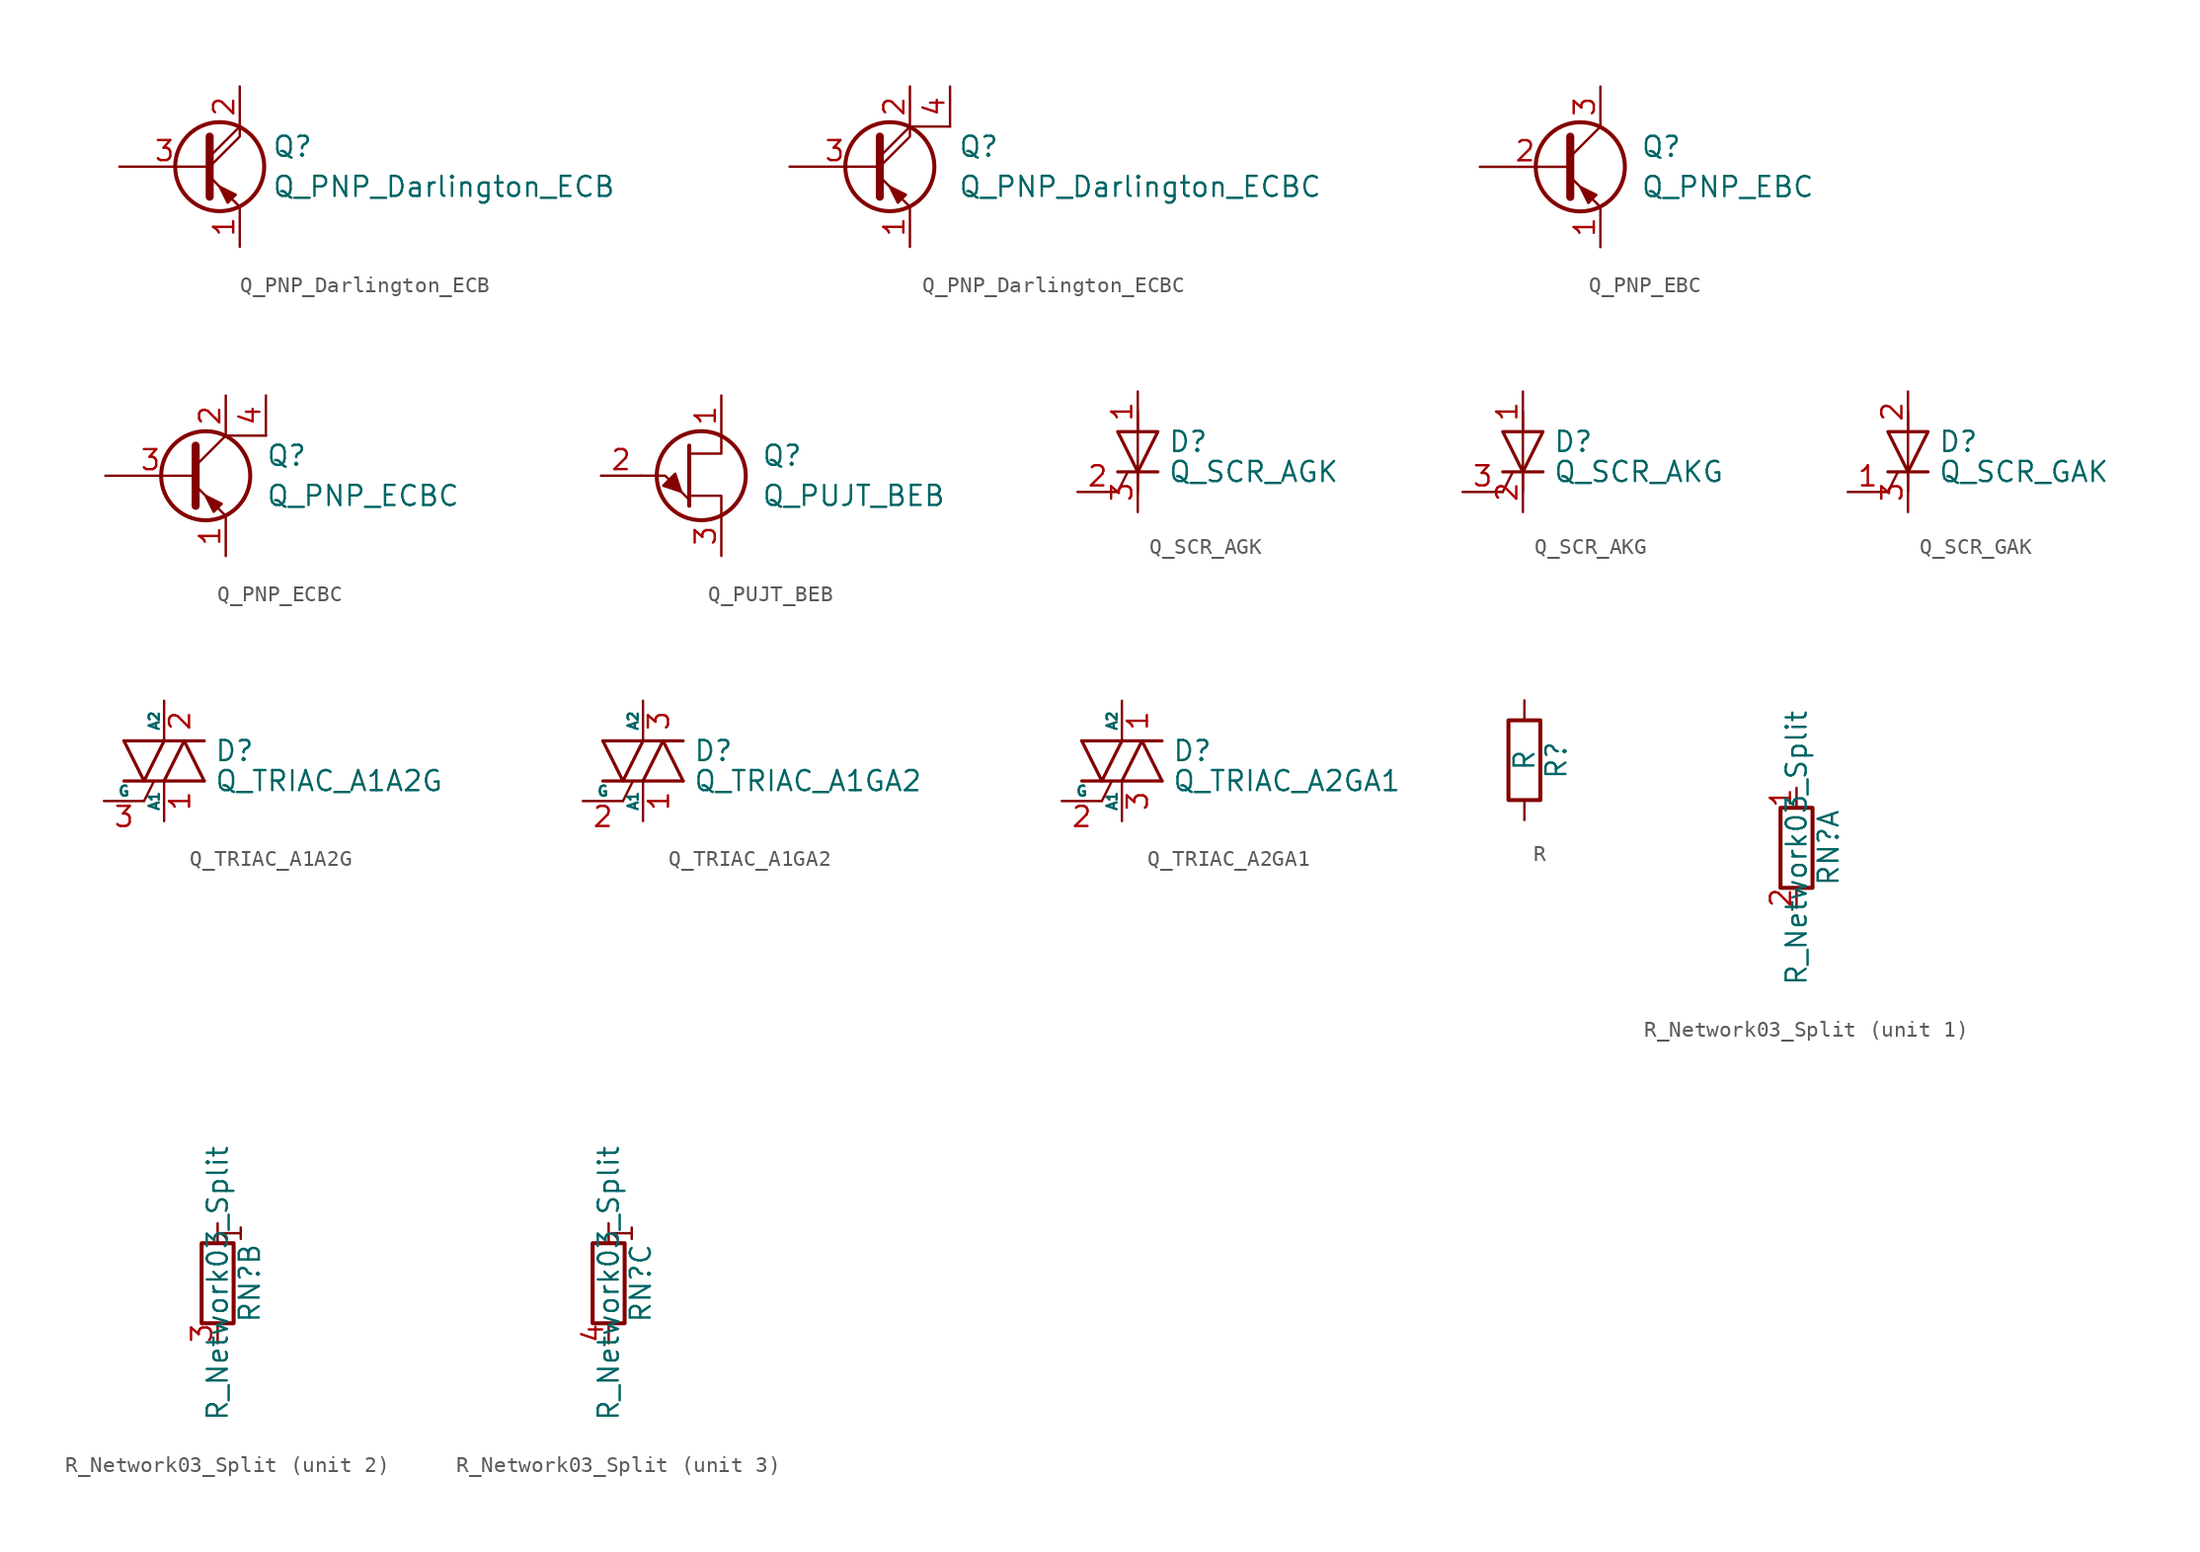
<source format=kicad_sym>
(kicad_symbol_lib
  (version 20211014)
  (generator kicad_symbol_editor)
  (symbol "Q_PNP_Darlington_ECB"
    (pin_names
      (offset 0) hide)
    (property "Reference" "Q"
      (at 4.572 1.27 0)
      (effects (font (size 1.27 1.27)) (justify left)))
    (property "Value" "Q_PNP_Darlington_ECB"
      (at 4.572 -1.27 0)
      (effects (font (size 1.27 1.27)) (justify left)))
    (symbol "Q_PNP_Darlington_ECB_0_1"
      (polyline (pts (xy 0.635 0.635) (xy 2.54 2.54)) (stroke (width 0) (type default) (color 0 0 0 0)) (fill (type none)))
      (polyline (pts (xy 0.635 -0.635) (xy 2.54 -2.54) (xy 2.54 -2.54)) (stroke (width 0) (type default) (color 0 0 0 0)) (fill (type none)))
      (polyline (pts (xy 0.635 0) (xy 2.54 1.905) (xy 2.54 2.54)) (stroke (width 0) (type default) (color 0 0 0 0)) (fill (type none)))
      (polyline (pts (xy 0.635 1.905) (xy 0.635 -1.905) (xy 0.635 -1.905)) (stroke (width 0.508) (type default) (color 0 0 0 0)) (fill (type none)))
      (polyline (pts (xy 2.286 -1.778) (xy 1.778 -2.286) (xy 1.27 -1.27) (xy 2.286 -1.778) (xy 2.286 -1.778)) (stroke (width 0) (type default) (color 0 0 0 0)) (fill (type outline)))
      (circle (center 1.27 0) (radius 2.819) (stroke (width 0.254) (type default) (color 0 0 0 0)) (fill (type none))))
    (symbol "Q_PNP_Darlington_ECB_1_1"
      (pin passive line (at 2.54 -5.08 90) (length 2.54) (name "E" (effects (font (size 1.27 1.27)))) (number "1" (effects (font (size 1.27 1.27)))))
      (pin passive line (at 2.54 5.08 270) (length 2.54) (name "C" (effects (font (size 1.27 1.27)))) (number "2" (effects (font (size 1.27 1.27)))))
      (pin input line (at -5.08 0 0) (length 5.715) (name "B" (effects (font (size 1.27 1.27)))) (number "3" (effects (font (size 1.27 1.27)))))))
  (symbol "Q_PNP_Darlington_ECBC"
    (pin_names
      (offset 0) hide)
    (property "Reference" "Q"
      (at 5.588 1.27 0)
      (effects (font (size 1.27 1.27)) (justify left)))
    (property "Value" "Q_PNP_Darlington_ECBC"
      (at 5.588 -1.27 0)
      (effects (font (size 1.27 1.27)) (justify left)))
    (symbol "Q_PNP_Darlington_ECBC_0_1"
      (polyline (pts (xy 0.635 0.635) (xy 2.54 2.54)) (stroke (width 0) (type default) (color 0 0 0 0)) (fill (type none)))
      (polyline (pts (xy 5.08 2.54) (xy 2.54 2.54)) (stroke (width 0) (type default) (color 0 0 0 0)) (fill (type none)))
      (polyline (pts (xy 0.635 -0.635) (xy 2.54 -2.54) (xy 2.54 -2.54)) (stroke (width 0) (type default) (color 0 0 0 0)) (fill (type none)))
      (polyline (pts (xy 0.635 0) (xy 2.54 1.905) (xy 2.54 2.54)) (stroke (width 0) (type default) (color 0 0 0 0)) (fill (type none)))
      (polyline (pts (xy 0.635 1.905) (xy 0.635 -1.905) (xy 0.635 -1.905)) (stroke (width 0.508) (type default) (color 0 0 0 0)) (fill (type none)))
      (polyline (pts (xy 2.286 -1.778) (xy 1.778 -2.286) (xy 1.27 -1.27) (xy 2.286 -1.778) (xy 2.286 -1.778)) (stroke (width 0) (type default) (color 0 0 0 0)) (fill (type outline)))
      (circle (center 1.27 0) (radius 2.819) (stroke (width 0.254) (type default) (color 0 0 0 0)) (fill (type none))))
    (symbol "Q_PNP_Darlington_ECBC_1_1"
      (pin passive line (at 2.54 -5.08 90) (length 2.54) (name "E" (effects (font (size 1.27 1.27)))) (number "1" (effects (font (size 1.27 1.27)))))
      (pin passive line (at 2.54 5.08 270) (length 2.54) (name "C" (effects (font (size 1.27 1.27)))) (number "2" (effects (font (size 1.27 1.27)))))
      (pin input line (at -5.08 0 0) (length 5.715) (name "B" (effects (font (size 1.27 1.27)))) (number "3" (effects (font (size 1.27 1.27)))))
      (pin passive line (at 5.08 5.08 270) (length 2.54) (name "C" (effects (font (size 1.27 1.27)))) (number "4" (effects (font (size 1.27 1.27)))))))
  (symbol "Q_PNP_EBC"
    (pin_names
      (offset 0) hide)
    (property "Reference" "Q"
      (at 5.08 1.27 0)
      (effects (font (size 1.27 1.27)) (justify left)))
    (property "Value" "Q_PNP_EBC"
      (at 5.08 -1.27 0)
      (effects (font (size 1.27 1.27)) (justify left)))
    (symbol "Q_PNP_EBC_0_1"
      (polyline (pts (xy 0.635 0.635) (xy 2.54 2.54)) (stroke (width 0) (type default) (color 0 0 0 0)) (fill (type none)))
      (polyline (pts (xy 0.635 -0.635) (xy 2.54 -2.54) (xy 2.54 -2.54)) (stroke (width 0) (type default) (color 0 0 0 0)) (fill (type none)))
      (polyline (pts (xy 0.635 1.905) (xy 0.635 -1.905) (xy 0.635 -1.905)) (stroke (width 0.508) (type default) (color 0 0 0 0)) (fill (type none)))
      (polyline (pts (xy 2.286 -1.778) (xy 1.778 -2.286) (xy 1.27 -1.27) (xy 2.286 -1.778) (xy 2.286 -1.778)) (stroke (width 0) (type default) (color 0 0 0 0)) (fill (type outline)))
      (circle (center 1.27 0) (radius 2.819) (stroke (width 0.254) (type default) (color 0 0 0 0)) (fill (type none))))
    (symbol "Q_PNP_EBC_1_1"
      (pin passive line (at 2.54 -5.08 90) (length 2.54) (name "E" (effects (font (size 1.27 1.27)))) (number "1" (effects (font (size 1.27 1.27)))))
      (pin input line (at -5.08 0 0) (length 5.715) (name "B" (effects (font (size 1.27 1.27)))) (number "2" (effects (font (size 1.27 1.27)))))
      (pin passive line (at 2.54 5.08 270) (length 2.54) (name "C" (effects (font (size 1.27 1.27)))) (number "3" (effects (font (size 1.27 1.27)))))))
  (symbol "Q_PNP_ECBC"
    (pin_names
      (offset 0) hide)
    (property "Reference" "Q"
      (at 5.08 1.27 0)
      (effects (font (size 1.27 1.27)) (justify left)))
    (property "Value" "Q_PNP_ECBC"
      (at 5.08 -1.27 0)
      (effects (font (size 1.27 1.27)) (justify left)))
    (symbol "Q_PNP_ECBC_0_1"
      (polyline (pts (xy 0.635 0.635) (xy 2.54 2.54)) (stroke (width 0) (type default) (color 0 0 0 0)) (fill (type none)))
      (polyline (pts (xy 5.08 2.54) (xy 2.54 2.54)) (stroke (width 0) (type default) (color 0 0 0 0)) (fill (type none)))
      (polyline (pts (xy 0.635 -0.635) (xy 2.54 -2.54) (xy 2.54 -2.54)) (stroke (width 0) (type default) (color 0 0 0 0)) (fill (type none)))
      (polyline (pts (xy 0.635 1.905) (xy 0.635 -1.905) (xy 0.635 -1.905)) (stroke (width 0.508) (type default) (color 0 0 0 0)) (fill (type none)))
      (polyline (pts (xy 2.286 -1.778) (xy 1.778 -2.286) (xy 1.27 -1.27) (xy 2.286 -1.778) (xy 2.286 -1.778)) (stroke (width 0) (type default) (color 0 0 0 0)) (fill (type outline)))
      (circle (center 1.27 0) (radius 2.819) (stroke (width 0.254) (type default) (color 0 0 0 0)) (fill (type none))))
    (symbol "Q_PNP_ECBC_1_1"
      (pin passive line (at 2.54 -5.08 90) (length 2.54) (name "E" (effects (font (size 1.27 1.27)))) (number "1" (effects (font (size 1.27 1.27)))))
      (pin passive line (at 2.54 5.08 270) (length 2.54) (name "C" (effects (font (size 1.27 1.27)))) (number "2" (effects (font (size 1.27 1.27)))))
      (pin input line (at -5.08 0 0) (length 5.715) (name "B" (effects (font (size 1.27 1.27)))) (number "3" (effects (font (size 1.27 1.27)))))
      (pin passive line (at 5.08 5.08 270) (length 2.54) (name "C" (effects (font (size 1.27 1.27)))) (number "4" (effects (font (size 1.27 1.27)))))))
  (symbol "Q_PUJT_BEB"
    (pin_names
      (offset 0) hide)
    (property "Reference" "Q"
      (at 5.08 1.27 0)
      (effects (font (size 1.27 1.27)) (justify left)))
    (property "Value" "Q_PUJT_BEB"
      (at 5.08 -1.27 0)
      (effects (font (size 1.27 1.27)) (justify left)))
    (symbol "Q_PUJT_BEB_0_1"
      (polyline (pts (xy -2.54 0) (xy -1.016 0) (xy 0.508 -1.524)) (stroke (width 0) (type default) (color 0 0 0 0)) (fill (type none)))
      (polyline (pts (xy 0.508 1.905) (xy 0.508 -1.905) (xy 0.508 -1.905)) (stroke (width 0.254) (type default) (color 0 0 0 0)) (fill (type none)))
      (polyline (pts (xy 2.54 -2.54) (xy 2.54 -1.27) (xy 0.508 -1.27)) (stroke (width 0) (type default) (color 0 0 0 0)) (fill (type none)))
      (polyline (pts (xy 2.54 2.54) (xy 2.54 1.397) (xy 0.508 1.397)) (stroke (width 0) (type default) (color 0 0 0 0)) (fill (type none)))
      (polyline (pts (xy 0 -1.016) (xy -0.381 0.127) (xy -1.143 -0.635) (xy 0 -1.016)) (stroke (width 0) (type default) (color 0 0 0 0)) (fill (type outline)))
      (circle (center 1.27 0) (radius 2.819) (stroke (width 0.254) (type default) (color 0 0 0 0)) (fill (type none))))
    (symbol "Q_PUJT_BEB_1_1"
      (pin passive line (at 2.54 5.08 270) (length 2.54) (name "B2" (effects (font (size 1.27 1.27)))) (number "1" (effects (font (size 1.27 1.27)))))
      (pin input line (at -5.08 0 0) (length 2.54) (name "E" (effects (font (size 1.27 1.27)))) (number "2" (effects (font (size 1.27 1.27)))))
      (pin passive line (at 2.54 -5.08 90) (length 2.54) (name "B1" (effects (font (size 1.27 1.27)))) (number "3" (effects (font (size 1.27 1.27)))))))
  (symbol "Q_SCR_AGK"
    (pin_names
      (offset 0) hide)
    (property "Reference" "D"
      (at 1.905 0.635 0)
      (effects (font (size 1.27 1.27)) (justify left)))
    (property "Value" "Q_SCR_AGK"
      (at 1.905 -1.27 0)
      (effects (font (size 1.27 1.27)) (justify left)))
    (symbol "Q_SCR_AGK_0_1"
      (polyline (pts (xy -1.27 -2.54) (xy -0.635 -1.27)) (stroke (width 0) (type default) (color 0 0 0 0)) (fill (type none)))
      (polyline (pts (xy -1.27 -1.27) (xy 1.27 -1.27)) (stroke (width 0.203) (type default) (color 0 0 0 0)) (fill (type none)))
      (polyline (pts (xy 0 -2.54) (xy 0 2.54)) (stroke (width 0) (type default) (color 0 0 0 0)) (fill (type none)))
      (polyline (pts (xy -1.27 1.27) (xy 1.27 1.27) (xy 0 -1.27) (xy -1.27 1.27)) (stroke (width 0.203) (type default) (color 0 0 0 0)) (fill (type none))))
    (symbol "Q_SCR_AGK_1_1"
      (pin passive line (at 0 3.81 270) (length 2.54) (name "A" (effects (font (size 1.27 1.27)))) (number "1" (effects (font (size 1.27 1.27)))))
      (pin input line (at -3.81 -2.54 0) (length 2.54) (name "G" (effects (font (size 1.27 1.27)))) (number "2" (effects (font (size 1.27 1.27)))))
      (pin passive line (at 0 -3.81 90) (length 2.54) (name "K" (effects (font (size 1.27 1.27)))) (number "3" (effects (font (size 1.27 1.27)))))))
  (symbol "Q_SCR_AKG"
    (pin_names
      (offset 0) hide)
    (property "Reference" "D"
      (at 1.905 0.635 0)
      (effects (font (size 1.27 1.27)) (justify left)))
    (property "Value" "Q_SCR_AKG"
      (at 1.905 -1.27 0)
      (effects (font (size 1.27 1.27)) (justify left)))
    (symbol "Q_SCR_AKG_0_1"
      (polyline (pts (xy -1.27 -2.54) (xy -0.635 -1.27)) (stroke (width 0) (type default) (color 0 0 0 0)) (fill (type none)))
      (polyline (pts (xy -1.27 -1.27) (xy 1.27 -1.27)) (stroke (width 0.203) (type default) (color 0 0 0 0)) (fill (type none)))
      (polyline (pts (xy 0 -2.54) (xy 0 2.54)) (stroke (width 0) (type default) (color 0 0 0 0)) (fill (type none)))
      (polyline (pts (xy -1.27 1.27) (xy 1.27 1.27) (xy 0 -1.27) (xy -1.27 1.27)) (stroke (width 0.203) (type default) (color 0 0 0 0)) (fill (type none))))
    (symbol "Q_SCR_AKG_1_1"
      (pin passive line (at 0 3.81 270) (length 2.54) (name "A" (effects (font (size 1.27 1.27)))) (number "1" (effects (font (size 1.27 1.27)))))
      (pin passive line (at 0 -3.81 90) (length 2.54) (name "K" (effects (font (size 1.27 1.27)))) (number "2" (effects (font (size 1.27 1.27)))))
      (pin input line (at -3.81 -2.54 0) (length 2.54) (name "G" (effects (font (size 1.27 1.27)))) (number "3" (effects (font (size 1.27 1.27)))))))
  (symbol "Q_SCR_GAK"
    (pin_names
      (offset 0) hide)
    (property "Reference" "D"
      (at 1.905 0.635 0)
      (effects (font (size 1.27 1.27)) (justify left)))
    (property "Value" "Q_SCR_GAK"
      (at 1.905 -1.27 0)
      (effects (font (size 1.27 1.27)) (justify left)))
    (symbol "Q_SCR_GAK_0_1"
      (polyline (pts (xy -1.27 -2.54) (xy -0.635 -1.27)) (stroke (width 0) (type default) (color 0 0 0 0)) (fill (type none)))
      (polyline (pts (xy -1.27 -1.27) (xy 1.27 -1.27)) (stroke (width 0.203) (type default) (color 0 0 0 0)) (fill (type none)))
      (polyline (pts (xy 0 -2.54) (xy 0 2.54)) (stroke (width 0) (type default) (color 0 0 0 0)) (fill (type none)))
      (polyline (pts (xy -1.27 1.27) (xy 1.27 1.27) (xy 0 -1.27) (xy -1.27 1.27)) (stroke (width 0.203) (type default) (color 0 0 0 0)) (fill (type none))))
    (symbol "Q_SCR_GAK_1_1"
      (pin input line (at -3.81 -2.54 0) (length 2.54) (name "G" (effects (font (size 1.27 1.27)))) (number "1" (effects (font (size 1.27 1.27)))))
      (pin passive line (at 0 3.81 270) (length 2.54) (name "A" (effects (font (size 1.27 1.27)))) (number "2" (effects (font (size 1.27 1.27)))))
      (pin passive line (at 0 -3.81 90) (length 2.54) (name "K" (effects (font (size 1.27 1.27)))) (number "3" (effects (font (size 1.27 1.27)))))))
  (symbol "Q_TRIAC_A1A2G"
    (pin_names
      (offset 0))
    (property "Reference" "D"
      (at 3.175 0.635 0)
      (effects (font (size 1.27 1.27)) (justify left)))
    (property "Value" "Q_TRIAC_A1A2G"
      (at 3.175 -1.27 0)
      (effects (font (size 1.27 1.27)) (justify left)))
    (symbol "Q_TRIAC_A1A2G_0_1"
      (polyline (pts (xy -2.54 -1.27) (xy 2.54 -1.27)) (stroke (width 0.203) (type default) (color 0 0 0 0)) (fill (type none)))
      (polyline (pts (xy -2.54 1.27) (xy 2.54 1.27)) (stroke (width 0.203) (type default) (color 0 0 0 0)) (fill (type none)))
      (polyline (pts (xy -1.27 -2.54) (xy -0.635 -1.27)) (stroke (width 0) (type default) (color 0 0 0 0)) (fill (type none)))
      (polyline (pts (xy -2.54 1.27) (xy -1.27 -1.27) (xy 0 1.27)) (stroke (width 0.203) (type default) (color 0 0 0 0)) (fill (type none)))
      (polyline (pts (xy 0 -1.27) (xy 1.27 1.27) (xy 2.54 -1.27)) (stroke (width 0.203) (type default) (color 0 0 0 0)) (fill (type none))))
    (symbol "Q_TRIAC_A1A2G_1_1"
      (pin passive line (at 0 -3.81 90) (length 2.54) (name "A1" (effects (font (size 0.635 0.635)))) (number "1" (effects (font (size 1.27 1.27)))))
      (pin passive line (at 0 3.81 270) (length 2.54) (name "A2" (effects (font (size 0.635 0.635)))) (number "2" (effects (font (size 1.27 1.27)))))
      (pin input line (at -3.81 -2.54 0) (length 2.54) (name "G" (effects (font (size 0.635 0.635)))) (number "3" (effects (font (size 1.27 1.27)))))))
  (symbol "Q_TRIAC_A1GA2"
    (pin_names
      (offset 0))
    (property "Reference" "D"
      (at 3.175 0.635 0)
      (effects (font (size 1.27 1.27)) (justify left)))
    (property "Value" "Q_TRIAC_A1GA2"
      (at 3.175 -1.27 0)
      (effects (font (size 1.27 1.27)) (justify left)))
    (symbol "Q_TRIAC_A1GA2_0_1"
      (polyline (pts (xy -2.54 -1.27) (xy 2.54 -1.27)) (stroke (width 0.203) (type default) (color 0 0 0 0)) (fill (type none)))
      (polyline (pts (xy -2.54 1.27) (xy 2.54 1.27)) (stroke (width 0.203) (type default) (color 0 0 0 0)) (fill (type none)))
      (polyline (pts (xy -1.27 -2.54) (xy -0.635 -1.27)) (stroke (width 0) (type default) (color 0 0 0 0)) (fill (type none)))
      (polyline (pts (xy -2.54 1.27) (xy -1.27 -1.27) (xy 0 1.27)) (stroke (width 0.203) (type default) (color 0 0 0 0)) (fill (type none)))
      (polyline (pts (xy 0 -1.27) (xy 1.27 1.27) (xy 2.54 -1.27)) (stroke (width 0.203) (type default) (color 0 0 0 0)) (fill (type none))))
    (symbol "Q_TRIAC_A1GA2_1_1"
      (pin passive line (at 0 -3.81 90) (length 2.54) (name "A1" (effects (font (size 0.635 0.635)))) (number "1" (effects (font (size 1.27 1.27)))))
      (pin input line (at -3.81 -2.54 0) (length 2.54) (name "G" (effects (font (size 0.635 0.635)))) (number "2" (effects (font (size 1.27 1.27)))))
      (pin passive line (at 0 3.81 270) (length 2.54) (name "A2" (effects (font (size 0.635 0.635)))) (number "3" (effects (font (size 1.27 1.27)))))))
  (symbol "Q_TRIAC_A2GA1"
    (pin_names
      (offset 0))
    (property "Reference" "D"
      (at 3.175 0.635 0)
      (effects (font (size 1.27 1.27)) (justify left)))
    (property "Value" "Q_TRIAC_A2GA1"
      (at 3.175 -1.27 0)
      (effects (font (size 1.27 1.27)) (justify left)))
    (symbol "Q_TRIAC_A2GA1_0_1"
      (polyline (pts (xy -2.54 -1.27) (xy 2.54 -1.27)) (stroke (width 0.203) (type default) (color 0 0 0 0)) (fill (type none)))
      (polyline (pts (xy -2.54 1.27) (xy 2.54 1.27)) (stroke (width 0.203) (type default) (color 0 0 0 0)) (fill (type none)))
      (polyline (pts (xy -1.27 -2.54) (xy -0.635 -1.27)) (stroke (width 0) (type default) (color 0 0 0 0)) (fill (type none)))
      (polyline (pts (xy -2.54 1.27) (xy -1.27 -1.27) (xy 0 1.27)) (stroke (width 0.203) (type default) (color 0 0 0 0)) (fill (type none)))
      (polyline (pts (xy 0 -1.27) (xy 1.27 1.27) (xy 2.54 -1.27)) (stroke (width 0.203) (type default) (color 0 0 0 0)) (fill (type none))))
    (symbol "Q_TRIAC_A2GA1_1_1"
      (pin passive line (at 0 3.81 270) (length 2.54) (name "A2" (effects (font (size 0.635 0.635)))) (number "1" (effects (font (size 1.27 1.27)))))
      (pin input line (at -3.81 -2.54 0) (length 2.54) (name "G" (effects (font (size 0.635 0.635)))) (number "2" (effects (font (size 1.27 1.27)))))
      (pin passive line (at 0 -3.81 90) (length 2.54) (name "A1" (effects (font (size 0.635 0.635)))) (number "3" (effects (font (size 1.27 1.27)))))))
  (symbol "R"
    (pin_numbers hide)
    (pin_names
      (offset 0))
    (property "Reference" "R"
      (at 2.032 0 90)
      (effects (font (size 1.27 1.27))))
    (property "Value" "R"
      (at 0 0 90)
      (effects (font (size 1.27 1.27))))
    (symbol "R_0_1"
      (rectangle (start -1.016 -2.54) (end 1.016 2.54) (stroke (width 0.254) (type default) (color 0 0 0 0)) (fill (type none))))
    (symbol "R_1_1"
      (pin passive line (at 0 3.81 270) (length 1.27) (name "~" (effects (font (size 1.27 1.27)))) (number "1" (effects (font (size 1.27 1.27)))))
      (pin passive line (at 0 -3.81 90) (length 1.27) (name "~" (effects (font (size 1.27 1.27)))) (number "2" (effects (font (size 1.27 1.27)))))))
  (symbol "R_Network03_Split"
    (pin_names
      (offset 0) hide)
    (property "Reference" "RN"
      (at 2.032 0 90)
      (effects (font (size 1.27 1.27))))
    (property "Value" "R_Network03_Split"
      (at 0 0 90)
      (effects (font (size 1.27 1.27))))
    (symbol "R_Network03_Split_0_1"
      (rectangle (start 1.016 2.54) (end -1.016 -2.54) (stroke (width 0.254) (type default) (color 0 0 0 0)) (fill (type none))))
    (symbol "R_Network03_Split_1_1"
      (pin passive line (at 0 3.81 270) (length 1.27) (name "R1.1" (effects (font (size 1.27 1.27)))) (number "1" (effects (font (size 1.27 1.27)))))
      (pin passive line (at 0 -3.81 90) (length 1.27) (name "R1.2" (effects (font (size 1.27 1.27)))) (number "2" (effects (font (size 1.27 1.27))))))
    (symbol "R_Network03_Split_2_1"
      (polyline (pts (xy 0 2.54) (xy 0 3.81)) (stroke (width 0) (type default) (color 0 0 0 0)) (fill (type none)))
      (text "1" (at 0.889 3.175 900) (effects (font (size 1.27 1.27))))
      (pin passive line (at 0 -3.81 90) (length 1.27) (name "R2.2" (effects (font (size 1.27 1.27)))) (number "3" (effects (font (size 1.27 1.27))))))
    (symbol "R_Network03_Split_3_1"
      (polyline (pts (xy 0 2.54) (xy 0 3.81)) (stroke (width 0) (type default) (color 0 0 0 0)) (fill (type none)))
      (text "1" (at 0.889 3.175 900) (effects (font (size 1.27 1.27))))
      (pin passive line (at 0 -3.81 90) (length 1.27) (name "R3.2" (effects (font (size 1.27 1.27)))) (number "4" (effects (font (size 1.27 1.27))))))))
</source>
